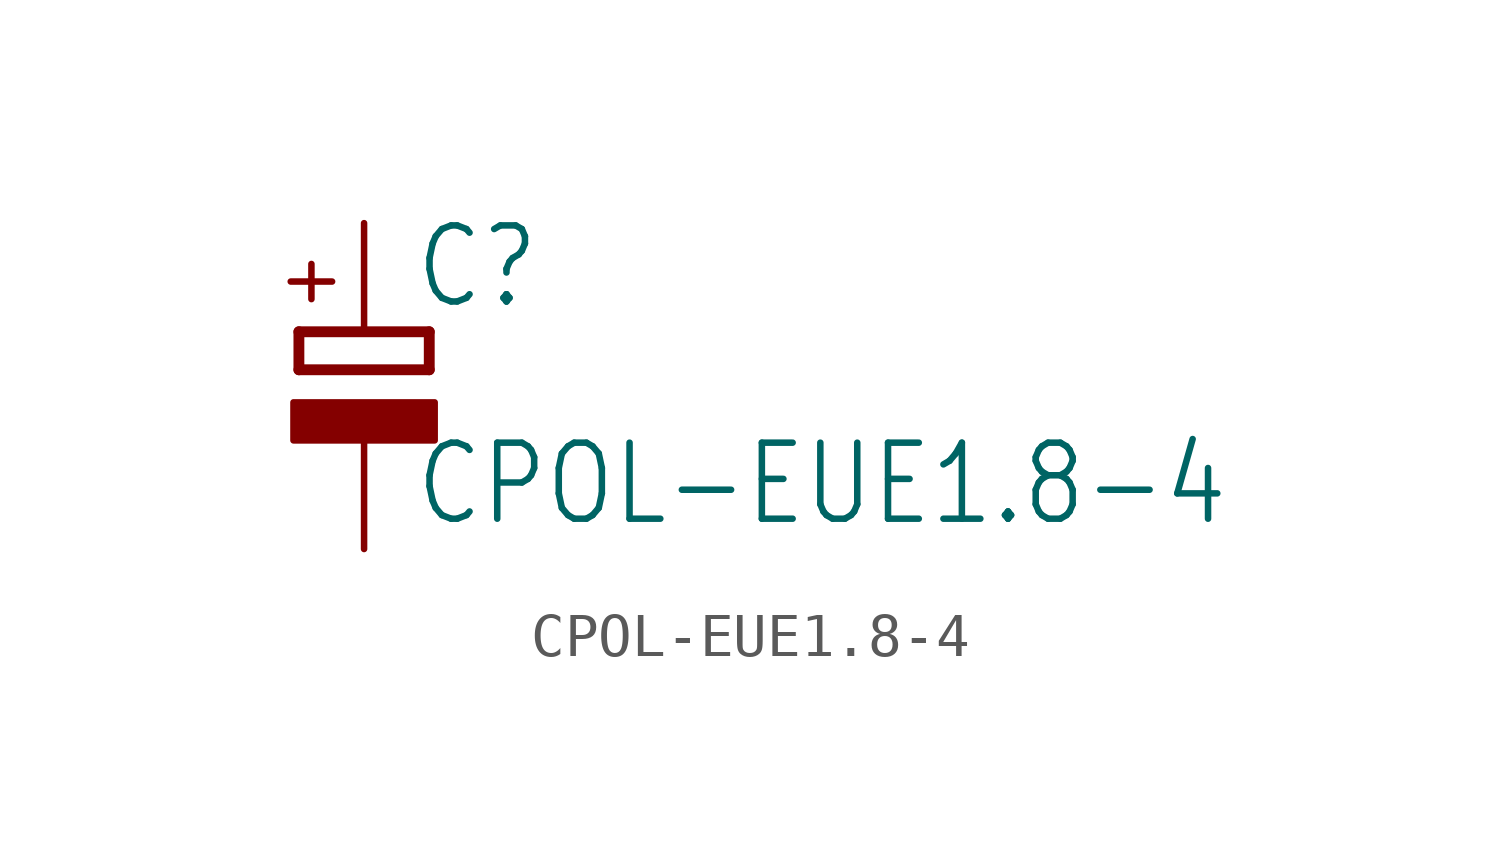
<source format=kicad_sym>
(kicad_symbol_lib
  (version 20211014)
  (generator kicad_symbol_editor)
  (symbol "CPOL-EUE1.8-4"
    (property "Reference" "C"
      (at 1.143 0.483 0)
      (effects (font (size 1.778 1.511)) (justify left bottom)))
    (property "Value" "CPOL-EUE1.8-4"
      (at 1.143 -4.597 0)
      (effects (font (size 1.778 1.511)) (justify left bottom)))
    (property "ki_locked" ""
      (at 0 0 0)
      (effects (font (size 1.27 1.27))))
    (symbol "CPOL-EUE1.8-4_1_0"
      (rectangle (start -1.651 -2.54) (end 1.651 -1.651) (stroke (width 0) (type default) (color 0 0 0 0)) (fill (type outline)))
      (polyline (pts (xy -1.524 -0.889) (xy 1.524 -0.889)) (stroke (width 0.254) (type default) (color 0 0 0 0)) (fill (type none)))
      (polyline (pts (xy -1.524 0) (xy -1.524 -0.889)) (stroke (width 0.254) (type default) (color 0 0 0 0)) (fill (type none)))
      (polyline (pts (xy -1.524 0) (xy 1.524 0)) (stroke (width 0.254) (type default) (color 0 0 0 0)) (fill (type none)))
      (polyline (pts (xy 1.524 -0.889) (xy 1.524 0)) (stroke (width 0.254) (type default) (color 0 0 0 0)) (fill (type none)))
      (text "+" (at -0.584 0.406 900) (effects (font (size 1.27 1.079)) (justify left bottom)))
      (pin passive line (at 0 2.54 270) (length 2.54) (name "+" (effects (font (size 0 0)))) (number "+" (effects (font (size 0 0)))))
      (pin passive line (at 0 -5.08 90) (length 2.54) (name "-" (effects (font (size 0 0)))) (number "-" (effects (font (size 0 0))))))))
</source>
